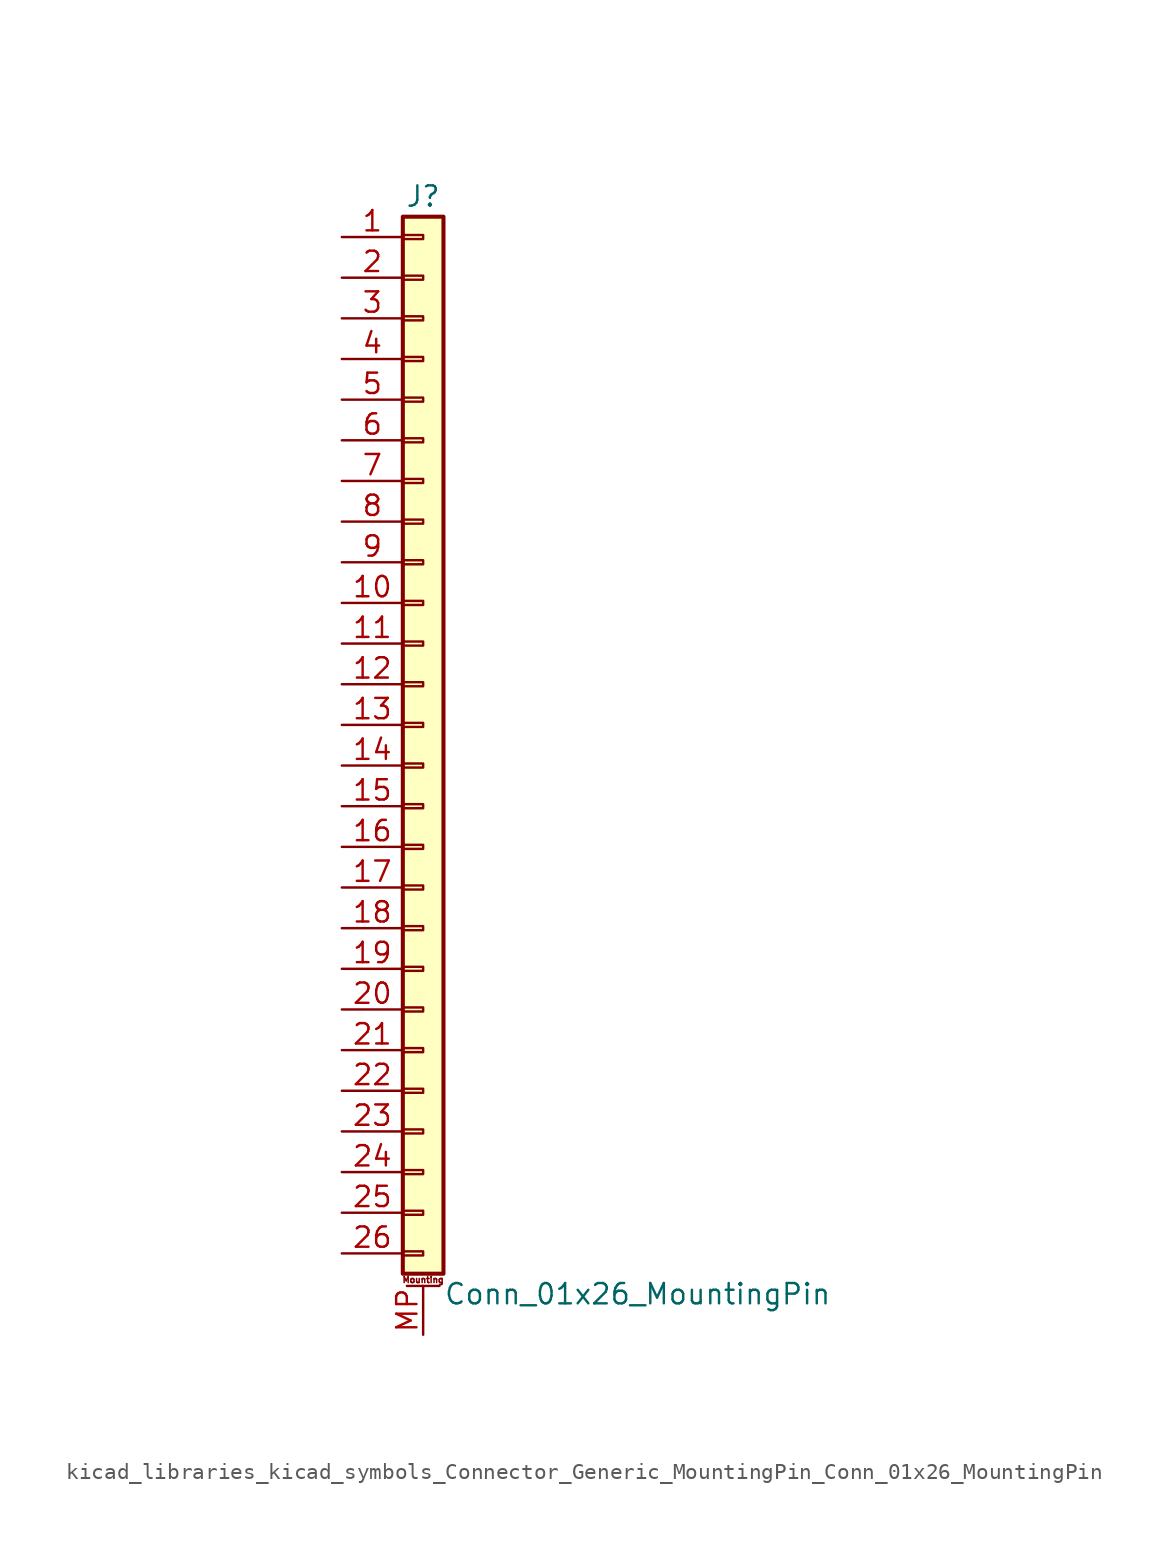
<source format=kicad_sym>
(kicad_symbol_lib
  (version 20220914)
  (generator kicad_symbol_editor)
  (symbol "kicad_libraries_kicad_symbols_Connector_Generic_MountingPin_Conn_01x26_MountingPin"
    (pin_names
      (offset 1.016) hide)
    (property "Reference" "J"
      (at 0 33.02 0)
      (effects (font (size 1.27 1.27))))
    (property "Value" "Conn_01x26_MountingPin"
      (at 1.27 -35.56 0)
      (effects (font (size 1.27 1.27)) (justify left)))
    (symbol "kicad_libraries_kicad_symbols_Connector_Generic_MountingPin_Conn_01x26_MountingPin_1_1"
      (rectangle (start -1.27 -32.893) (end 0 -33.147) (stroke (width 0.152) (type default)) (fill (type none)))
      (rectangle (start -1.27 -30.353) (end 0 -30.607) (stroke (width 0.152) (type default)) (fill (type none)))
      (rectangle (start -1.27 -27.813) (end 0 -28.067) (stroke (width 0.152) (type default)) (fill (type none)))
      (rectangle (start -1.27 -25.273) (end 0 -25.527) (stroke (width 0.152) (type default)) (fill (type none)))
      (rectangle (start -1.27 -22.733) (end 0 -22.987) (stroke (width 0.152) (type default)) (fill (type none)))
      (rectangle (start -1.27 -20.193) (end 0 -20.447) (stroke (width 0.152) (type default)) (fill (type none)))
      (rectangle (start -1.27 -17.653) (end 0 -17.907) (stroke (width 0.152) (type default)) (fill (type none)))
      (rectangle (start -1.27 -15.113) (end 0 -15.367) (stroke (width 0.152) (type default)) (fill (type none)))
      (rectangle (start -1.27 -12.573) (end 0 -12.827) (stroke (width 0.152) (type default)) (fill (type none)))
      (rectangle (start -1.27 -10.033) (end 0 -10.287) (stroke (width 0.152) (type default)) (fill (type none)))
      (rectangle (start -1.27 -7.493) (end 0 -7.747) (stroke (width 0.152) (type default)) (fill (type none)))
      (rectangle (start -1.27 -4.953) (end 0 -5.207) (stroke (width 0.152) (type default)) (fill (type none)))
      (rectangle (start -1.27 -2.413) (end 0 -2.667) (stroke (width 0.152) (type default)) (fill (type none)))
      (rectangle (start -1.27 0.127) (end 0 -0.127) (stroke (width 0.152) (type default)) (fill (type none)))
      (rectangle (start -1.27 2.667) (end 0 2.413) (stroke (width 0.152) (type default)) (fill (type none)))
      (rectangle (start -1.27 5.207) (end 0 4.953) (stroke (width 0.152) (type default)) (fill (type none)))
      (rectangle (start -1.27 7.747) (end 0 7.493) (stroke (width 0.152) (type default)) (fill (type none)))
      (rectangle (start -1.27 10.287) (end 0 10.033) (stroke (width 0.152) (type default)) (fill (type none)))
      (rectangle (start -1.27 12.827) (end 0 12.573) (stroke (width 0.152) (type default)) (fill (type none)))
      (rectangle (start -1.27 15.367) (end 0 15.113) (stroke (width 0.152) (type default)) (fill (type none)))
      (rectangle (start -1.27 17.907) (end 0 17.653) (stroke (width 0.152) (type default)) (fill (type none)))
      (rectangle (start -1.27 20.447) (end 0 20.193) (stroke (width 0.152) (type default)) (fill (type none)))
      (rectangle (start -1.27 22.987) (end 0 22.733) (stroke (width 0.152) (type default)) (fill (type none)))
      (rectangle (start -1.27 25.527) (end 0 25.273) (stroke (width 0.152) (type default)) (fill (type none)))
      (rectangle (start -1.27 28.067) (end 0 27.813) (stroke (width 0.152) (type default)) (fill (type none)))
      (rectangle (start -1.27 30.607) (end 0 30.353) (stroke (width 0.152) (type default)) (fill (type none)))
      (rectangle (start -1.27 31.75) (end 1.27 -34.29) (stroke (width 0.254) (type default)) (fill (type background)))
      (polyline (pts (xy -1.016 -35.052) (xy 1.016 -35.052)) (stroke (width 0.152) (type default)) (fill (type none)))
      (text "Mounting" (at 0 -34.671 0) (effects (font (size 0.381 0.381))))
      (pin passive line (at -5.08 30.48 0) (length 3.81) (name "Pin_1" (effects (font (size 1.27 1.27)))) (number "1" (effects (font (size 1.27 1.27)))))
      (pin passive line (at -5.08 7.62 0) (length 3.81) (name "Pin_10" (effects (font (size 1.27 1.27)))) (number "10" (effects (font (size 1.27 1.27)))))
      (pin passive line (at -5.08 5.08 0) (length 3.81) (name "Pin_11" (effects (font (size 1.27 1.27)))) (number "11" (effects (font (size 1.27 1.27)))))
      (pin passive line (at -5.08 2.54 0) (length 3.81) (name "Pin_12" (effects (font (size 1.27 1.27)))) (number "12" (effects (font (size 1.27 1.27)))))
      (pin passive line (at -5.08 0 0) (length 3.81) (name "Pin_13" (effects (font (size 1.27 1.27)))) (number "13" (effects (font (size 1.27 1.27)))))
      (pin passive line (at -5.08 -2.54 0) (length 3.81) (name "Pin_14" (effects (font (size 1.27 1.27)))) (number "14" (effects (font (size 1.27 1.27)))))
      (pin passive line (at -5.08 -5.08 0) (length 3.81) (name "Pin_15" (effects (font (size 1.27 1.27)))) (number "15" (effects (font (size 1.27 1.27)))))
      (pin passive line (at -5.08 -7.62 0) (length 3.81) (name "Pin_16" (effects (font (size 1.27 1.27)))) (number "16" (effects (font (size 1.27 1.27)))))
      (pin passive line (at -5.08 -10.16 0) (length 3.81) (name "Pin_17" (effects (font (size 1.27 1.27)))) (number "17" (effects (font (size 1.27 1.27)))))
      (pin passive line (at -5.08 -12.7 0) (length 3.81) (name "Pin_18" (effects (font (size 1.27 1.27)))) (number "18" (effects (font (size 1.27 1.27)))))
      (pin passive line (at -5.08 -15.24 0) (length 3.81) (name "Pin_19" (effects (font (size 1.27 1.27)))) (number "19" (effects (font (size 1.27 1.27)))))
      (pin passive line (at -5.08 27.94 0) (length 3.81) (name "Pin_2" (effects (font (size 1.27 1.27)))) (number "2" (effects (font (size 1.27 1.27)))))
      (pin passive line (at -5.08 -17.78 0) (length 3.81) (name "Pin_20" (effects (font (size 1.27 1.27)))) (number "20" (effects (font (size 1.27 1.27)))))
      (pin passive line (at -5.08 -20.32 0) (length 3.81) (name "Pin_21" (effects (font (size 1.27 1.27)))) (number "21" (effects (font (size 1.27 1.27)))))
      (pin passive line (at -5.08 -22.86 0) (length 3.81) (name "Pin_22" (effects (font (size 1.27 1.27)))) (number "22" (effects (font (size 1.27 1.27)))))
      (pin passive line (at -5.08 -25.4 0) (length 3.81) (name "Pin_23" (effects (font (size 1.27 1.27)))) (number "23" (effects (font (size 1.27 1.27)))))
      (pin passive line (at -5.08 -27.94 0) (length 3.81) (name "Pin_24" (effects (font (size 1.27 1.27)))) (number "24" (effects (font (size 1.27 1.27)))))
      (pin passive line (at -5.08 -30.48 0) (length 3.81) (name "Pin_25" (effects (font (size 1.27 1.27)))) (number "25" (effects (font (size 1.27 1.27)))))
      (pin passive line (at -5.08 -33.02 0) (length 3.81) (name "Pin_26" (effects (font (size 1.27 1.27)))) (number "26" (effects (font (size 1.27 1.27)))))
      (pin passive line (at -5.08 25.4 0) (length 3.81) (name "Pin_3" (effects (font (size 1.27 1.27)))) (number "3" (effects (font (size 1.27 1.27)))))
      (pin passive line (at -5.08 22.86 0) (length 3.81) (name "Pin_4" (effects (font (size 1.27 1.27)))) (number "4" (effects (font (size 1.27 1.27)))))
      (pin passive line (at -5.08 20.32 0) (length 3.81) (name "Pin_5" (effects (font (size 1.27 1.27)))) (number "5" (effects (font (size 1.27 1.27)))))
      (pin passive line (at -5.08 17.78 0) (length 3.81) (name "Pin_6" (effects (font (size 1.27 1.27)))) (number "6" (effects (font (size 1.27 1.27)))))
      (pin passive line (at -5.08 15.24 0) (length 3.81) (name "Pin_7" (effects (font (size 1.27 1.27)))) (number "7" (effects (font (size 1.27 1.27)))))
      (pin passive line (at -5.08 12.7 0) (length 3.81) (name "Pin_8" (effects (font (size 1.27 1.27)))) (number "8" (effects (font (size 1.27 1.27)))))
      (pin passive line (at -5.08 10.16 0) (length 3.81) (name "Pin_9" (effects (font (size 1.27 1.27)))) (number "9" (effects (font (size 1.27 1.27)))))
      (pin passive line (at 0 -38.1 90) (length 3.048) (name "MountPin" (effects (font (size 1.27 1.27)))) (number "MP" (effects (font (size 1.27 1.27))))))))
</source>
